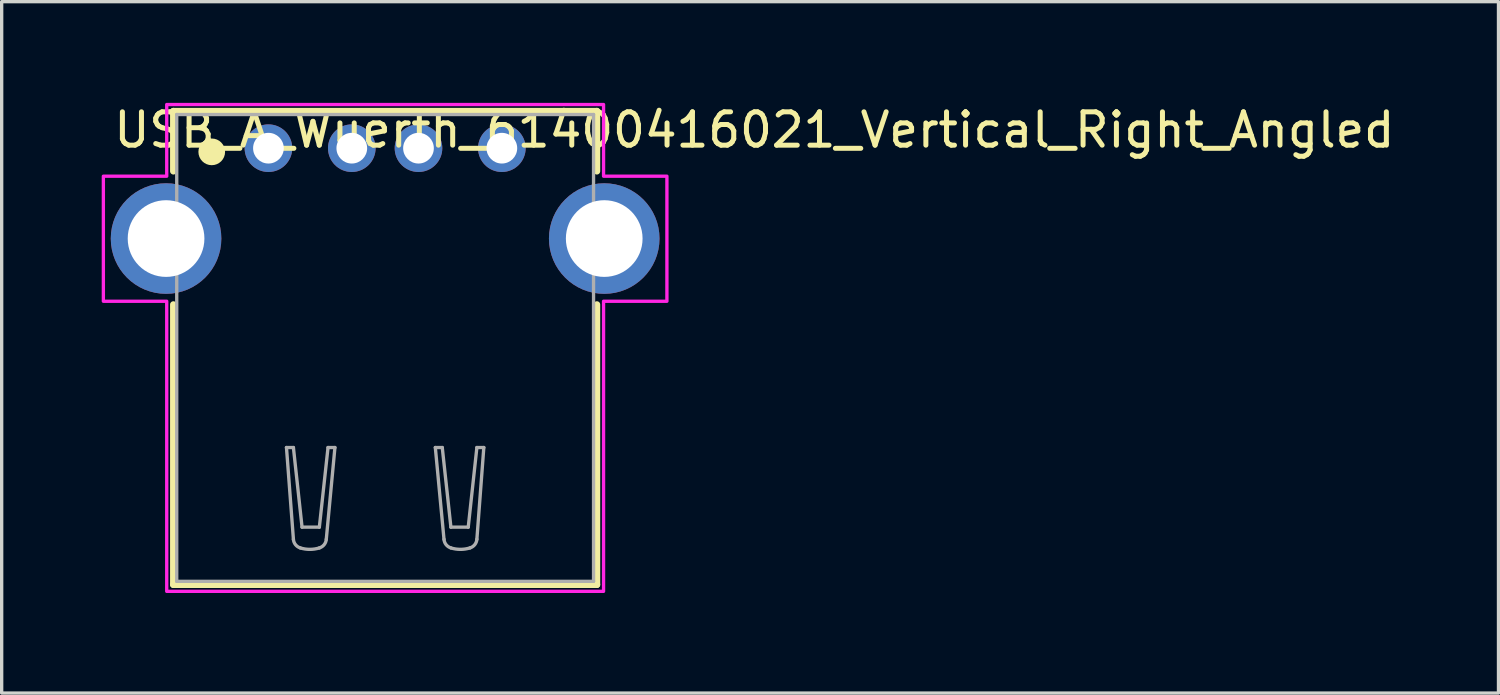
<source format=kicad_pcb>
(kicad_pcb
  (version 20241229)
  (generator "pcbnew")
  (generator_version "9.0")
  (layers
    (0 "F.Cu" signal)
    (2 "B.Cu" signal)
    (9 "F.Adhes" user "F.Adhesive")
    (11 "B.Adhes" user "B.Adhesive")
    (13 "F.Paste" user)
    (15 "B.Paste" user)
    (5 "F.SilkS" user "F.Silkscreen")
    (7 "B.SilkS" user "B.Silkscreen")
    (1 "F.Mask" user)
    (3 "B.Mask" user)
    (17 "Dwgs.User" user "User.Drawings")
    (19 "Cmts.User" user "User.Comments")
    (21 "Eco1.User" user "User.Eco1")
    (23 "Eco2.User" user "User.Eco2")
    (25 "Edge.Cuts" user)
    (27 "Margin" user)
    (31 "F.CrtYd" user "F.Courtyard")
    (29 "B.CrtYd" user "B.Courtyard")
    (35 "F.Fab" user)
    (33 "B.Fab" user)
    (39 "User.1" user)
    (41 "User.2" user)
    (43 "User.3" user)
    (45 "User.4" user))
  (footprint "USB_A_Wuerth_61400416021_Vertical_Right_Angled"
    (layer "F.Cu")
    (at 8.5 7.384)
    (property "Reference" "USB_A_Wuerth_61400416021_Vertical_Right_Angled" (at 11.073 -6.536 0) (layer "F.SilkS") (effects (font (size 1 1) (thickness 0.15))))
    (attr through_hole)
    (fp_line (start -6.35 -7.1) (end -6.35 -5.3) (stroke (width 0.2) (type solid)) (layer "F.SilkS"))
    (fp_line (start -6.35 -7.1) (end 6.35 -7.1) (stroke (width 0.2) (type solid)) (layer "F.SilkS"))
    (fp_line (start -6.35 -1.3) (end -6.35 7.1) (stroke (width 0.2) (type solid)) (layer "F.SilkS"))
    (fp_line (start -6.35 7.1) (end 6.35 7.1) (stroke (width 0.2) (type solid)) (layer "F.SilkS"))
    (fp_line (start 6.35 -7.1) (end 6.35 -5.3) (stroke (width 0.2) (type solid)) (layer "F.SilkS"))
    (fp_line (start 6.35 7.1) (end 6.35 -1.3) (stroke (width 0.2) (type solid)) (layer "F.SilkS"))
    (fp_circle (center -5.2 -5.88) (end -5 -5.88) (stroke (width 0.4) (type solid)) (fill no) (layer "F.SilkS"))
    (fp_poly (pts (xy -6.55 -7.3) (xy 6.55 -7.3) (xy 6.55 -5.15) (xy 8.45 -5.15) (xy 8.45 -1.4) (xy 6.55 -1.4) (xy 6.55 7.3) (xy -6.55 7.3) (xy -6.55 -1.4) (xy -8.45 -1.4) (xy -8.45 -5.15) (xy -6.55 -5.15)) (stroke (width 0.1) (type solid)) (fill no) (layer "F.CrtYd"))
    (fp_line (start -6.25 -7) (end -6.25 7) (stroke (width 0.1) (type solid)) (layer "F.Fab"))
    (fp_line (start -6.25 7) (end 6.25 7) (stroke (width 0.1) (type solid)) (layer "F.Fab"))
    (fp_line (start -2.959 2.987) (end -2.751 5.739) (stroke (width 0.1) (type solid)) (layer "F.Fab"))
    (fp_line (start -2.751 2.987) (end -2.959 2.987) (stroke (width 0.1) (type solid)) (layer "F.Fab"))
    (fp_line (start -2.492 5.375) (end -2.751 2.987) (stroke (width 0.1) (type solid)) (layer "F.Fab"))
    (fp_line (start -1.973 5.375) (end -2.492 5.375) (stroke (width 0.1) (type solid)) (layer "F.Fab"))
    (fp_line (start -1.765 5.739) (end -1.506 2.987) (stroke (width 0.1) (type solid)) (layer "F.Fab"))
    (fp_line (start -1.713 2.987) (end -1.973 5.375) (stroke (width 0.1) (type solid)) (layer "F.Fab"))
    (fp_line (start -1.506 2.987) (end -1.713 2.987) (stroke (width 0.1) (type solid)) (layer "F.Fab"))
    (fp_line (start 1.505 2.987) (end 1.713 2.987) (stroke (width 0.1) (type solid)) (layer "F.Fab"))
    (fp_line (start 1.713 2.987) (end 1.972 5.375) (stroke (width 0.1) (type solid)) (layer "F.Fab"))
    (fp_line (start 1.765 5.739) (end 1.505 2.987) (stroke (width 0.1) (type solid)) (layer "F.Fab"))
    (fp_line (start 1.972 5.375) (end 2.492 5.375) (stroke (width 0.1) (type solid)) (layer "F.Fab"))
    (fp_line (start 2.492 5.375) (end 2.751 2.987) (stroke (width 0.1) (type solid)) (layer "F.Fab"))
    (fp_line (start 2.751 2.987) (end 2.959 2.987) (stroke (width 0.1) (type solid)) (layer "F.Fab"))
    (fp_line (start 2.959 2.987) (end 2.751 5.739) (stroke (width 0.1) (type solid)) (layer "F.Fab"))
    (fp_line (start 6.25 -7) (end -6.25 -7) (stroke (width 0.1) (type solid)) (layer "F.Fab"))
    (fp_line (start 6.25 7) (end 6.25 -7) (stroke (width 0.1) (type solid)) (layer "F.Fab"))
    (fp_arc (start -2.5438 5.998) (mid -2.687659 5.900297) (end -2.7514 5.7385) (stroke (width 0.1) (type solid)) (layer "F.Fab"))
    (fp_arc (start -1.9727 5.998) (mid -2.25825 6.040802) (end -2.5438 5.998) (stroke (width 0.1) (type solid)) (layer "F.Fab"))
    (fp_arc (start -1.7651 5.7385) (mid -1.828841 5.900297) (end -1.9727 5.998) (stroke (width 0.1) (type solid)) (layer "F.Fab"))
    (fp_arc (start 1.9725 5.998) (mid 1.828641 5.900297) (end 1.7649 5.7385) (stroke (width 0.1) (type solid)) (layer "F.Fab"))
    (fp_arc (start 2.5436 5.998) (mid 2.25805 6.040802) (end 1.9725 5.998) (stroke (width 0.1) (type solid)) (layer "F.Fab"))
    (fp_arc (start 2.7512 5.7385) (mid 2.687459 5.900297) (end 2.5436 5.998) (stroke (width 0.1) (type solid)) (layer "F.Fab"))
    (pad "1" thru_hole circle (at -3.5 -5.99) (size 1.428 1.428) (drill 0.92) (layers "*.Cu" "*.Mask"))
    (pad "2" thru_hole circle (at -1 -5.99) (size 1.428 1.428) (drill 0.92) (layers "*.Cu" "*.Mask"))
    (pad "3" thru_hole circle (at 1 -5.99) (size 1.428 1.428) (drill 0.92) (layers "*.Cu" "*.Mask"))
    (pad "4" thru_hole circle (at 3.5 -5.99) (size 1.428 1.428) (drill 0.92) (layers "*.Cu" "*.Mask"))
    (pad "S1" thru_hole circle (at -6.57 -3.28) (size 3.316 3.316) (drill 2.3) (layers "*.Cu" "*.Mask"))
    (pad "S2" thru_hole circle (at 6.57 -3.28) (size 3.316 3.316) (drill 2.3) (layers "*.Cu" "*.Mask")))
  (gr_rect
    (start -3 -3)
    (end 41.888 17.734)
    (stroke (width 0.1) (type default))
    (fill no)
    (layer "Edge.Cuts")))
</source>
